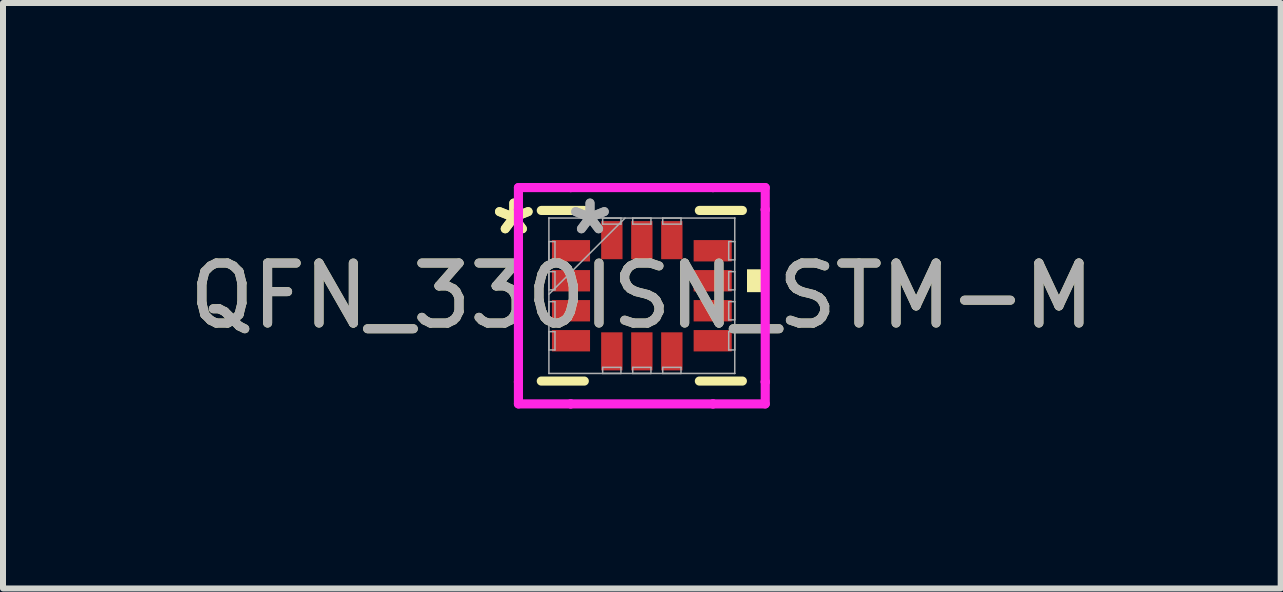
<source format=kicad_pcb>
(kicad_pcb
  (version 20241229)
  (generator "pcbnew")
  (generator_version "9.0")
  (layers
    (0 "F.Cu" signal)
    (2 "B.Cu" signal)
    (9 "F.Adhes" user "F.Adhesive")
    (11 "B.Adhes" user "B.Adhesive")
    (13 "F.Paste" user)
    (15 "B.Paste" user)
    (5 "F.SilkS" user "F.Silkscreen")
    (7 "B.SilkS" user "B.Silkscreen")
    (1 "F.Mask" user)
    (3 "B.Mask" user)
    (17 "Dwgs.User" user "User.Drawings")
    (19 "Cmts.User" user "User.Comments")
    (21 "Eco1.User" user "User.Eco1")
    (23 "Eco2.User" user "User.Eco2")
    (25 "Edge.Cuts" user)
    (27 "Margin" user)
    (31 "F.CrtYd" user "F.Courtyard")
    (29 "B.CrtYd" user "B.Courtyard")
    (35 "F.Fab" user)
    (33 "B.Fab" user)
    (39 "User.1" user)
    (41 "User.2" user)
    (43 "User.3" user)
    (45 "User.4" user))
  (footprint "QFN_330ISN_STM-M"
    (layer "F.Cu")
    (at 7.649 1.88)
    (property "Reference" "QFN_330ISN_STM-M" (at 0 0 0) (unlocked yes) (layer "F.SilkS") (effects (font (size 1 1) (thickness 0.15))))
    (attr smd)
    (fp_line (start -1.676 1.422) (end -0.959 1.422) (stroke (width 0.152) (type solid)) (layer "F.SilkS"))
    (fp_line (start -0.959 -1.422) (end -1.676 -1.422) (stroke (width 0.152) (type solid)) (layer "F.SilkS"))
    (fp_line (start 0.959 1.422) (end 1.676 1.422) (stroke (width 0.152) (type solid)) (layer "F.SilkS"))
    (fp_line (start 1.676 -1.422) (end 0.959 -1.422) (stroke (width 0.152) (type solid)) (layer "F.SilkS"))
    (fp_poly (pts (xy 2.007 -0.441) (xy 2.007 -0.06) (xy 1.753 -0.06) (xy 1.753 -0.441)) (stroke (width 0) (type solid)) (fill yes) (layer "F.SilkS"))
    (fp_line (start -2.057 -1.803) (end -1.186 -1.803) (stroke (width 0.152) (type solid)) (layer "F.CrtYd"))
    (fp_line (start -2.057 -1.436) (end -2.057 -1.803) (stroke (width 0.152) (type solid)) (layer "F.CrtYd"))
    (fp_line (start -2.057 -1.436) (end -2.057 -1.436) (stroke (width 0.152) (type solid)) (layer "F.CrtYd"))
    (fp_line (start -2.057 1.436) (end -2.057 -1.436) (stroke (width 0.152) (type solid)) (layer "F.CrtYd"))
    (fp_line (start -2.057 1.436) (end -2.057 1.436) (stroke (width 0.152) (type solid)) (layer "F.CrtYd"))
    (fp_line (start -2.057 1.803) (end -2.057 1.436) (stroke (width 0.152) (type solid)) (layer "F.CrtYd"))
    (fp_line (start -1.186 -1.803) (end -1.186 -1.803) (stroke (width 0.152) (type solid)) (layer "F.CrtYd"))
    (fp_line (start -1.186 -1.803) (end 1.186 -1.803) (stroke (width 0.152) (type solid)) (layer "F.CrtYd"))
    (fp_line (start -1.186 1.803) (end -2.057 1.803) (stroke (width 0.152) (type solid)) (layer "F.CrtYd"))
    (fp_line (start -1.186 1.803) (end -1.186 1.803) (stroke (width 0.152) (type solid)) (layer "F.CrtYd"))
    (fp_line (start 1.186 -1.803) (end 1.186 -1.803) (stroke (width 0.152) (type solid)) (layer "F.CrtYd"))
    (fp_line (start 1.186 -1.803) (end 2.057 -1.803) (stroke (width 0.152) (type solid)) (layer "F.CrtYd"))
    (fp_line (start 1.186 1.803) (end -1.186 1.803) (stroke (width 0.152) (type solid)) (layer "F.CrtYd"))
    (fp_line (start 1.186 1.803) (end 1.186 1.803) (stroke (width 0.152) (type solid)) (layer "F.CrtYd"))
    (fp_line (start 2.057 -1.803) (end 2.057 -1.436) (stroke (width 0.152) (type solid)) (layer "F.CrtYd"))
    (fp_line (start 2.057 -1.436) (end 2.057 -1.436) (stroke (width 0.152) (type solid)) (layer "F.CrtYd"))
    (fp_line (start 2.057 -1.436) (end 2.057 1.436) (stroke (width 0.152) (type solid)) (layer "F.CrtYd"))
    (fp_line (start 2.057 1.436) (end 2.057 1.436) (stroke (width 0.152) (type solid)) (layer "F.CrtYd"))
    (fp_line (start 2.057 1.436) (end 2.057 1.803) (stroke (width 0.152) (type solid)) (layer "F.CrtYd"))
    (fp_line (start 2.057 1.803) (end 1.186 1.803) (stroke (width 0.152) (type solid)) (layer "F.CrtYd"))
    (fp_line (start -1.549 -1.295) (end -1.549 -1.295) (stroke (width 0.025) (type solid)) (layer "F.Fab"))
    (fp_line (start -1.549 -1.295) (end -1.549 1.295) (stroke (width 0.025) (type solid)) (layer "F.Fab"))
    (fp_line (start -1.549 -0.903) (end -1.448 -0.903) (stroke (width 0.025) (type solid)) (layer "F.Fab"))
    (fp_line (start -1.549 -0.598) (end -1.549 -0.903) (stroke (width 0.025) (type solid)) (layer "F.Fab"))
    (fp_line (start -1.549 -0.402) (end -1.448 -0.402) (stroke (width 0.025) (type solid)) (layer "F.Fab"))
    (fp_line (start -1.549 -0.098) (end -1.549 -0.402) (stroke (width 0.025) (type solid)) (layer "F.Fab"))
    (fp_line (start -1.549 -0.025) (end -0.279 -1.295) (stroke (width 0.025) (type solid)) (layer "F.Fab"))
    (fp_line (start -1.549 0.098) (end -1.448 0.098) (stroke (width 0.025) (type solid)) (layer "F.Fab"))
    (fp_line (start -1.549 0.402) (end -1.549 0.098) (stroke (width 0.025) (type solid)) (layer "F.Fab"))
    (fp_line (start -1.549 0.598) (end -1.448 0.598) (stroke (width 0.025) (type solid)) (layer "F.Fab"))
    (fp_line (start -1.549 0.903) (end -1.549 0.598) (stroke (width 0.025) (type solid)) (layer "F.Fab"))
    (fp_line (start -1.549 1.295) (end -1.549 1.295) (stroke (width 0.025) (type solid)) (layer "F.Fab"))
    (fp_line (start -1.549 1.295) (end 1.549 1.295) (stroke (width 0.025) (type solid)) (layer "F.Fab"))
    (fp_line (start -1.448 -0.903) (end -1.448 -0.598) (stroke (width 0.025) (type solid)) (layer "F.Fab"))
    (fp_line (start -1.448 -0.598) (end -1.549 -0.598) (stroke (width 0.025) (type solid)) (layer "F.Fab"))
    (fp_line (start -1.448 -0.402) (end -1.448 -0.098) (stroke (width 0.025) (type solid)) (layer "F.Fab"))
    (fp_line (start -1.448 -0.098) (end -1.549 -0.098) (stroke (width 0.025) (type solid)) (layer "F.Fab"))
    (fp_line (start -1.448 0.098) (end -1.448 0.402) (stroke (width 0.025) (type solid)) (layer "F.Fab"))
    (fp_line (start -1.448 0.402) (end -1.549 0.402) (stroke (width 0.025) (type solid)) (layer "F.Fab"))
    (fp_line (start -1.448 0.598) (end -1.448 0.903) (stroke (width 0.025) (type solid)) (layer "F.Fab"))
    (fp_line (start -1.448 0.903) (end -1.549 0.903) (stroke (width 0.025) (type solid)) (layer "F.Fab"))
    (fp_line (start -0.653 -1.295) (end -0.348 -1.295) (stroke (width 0.025) (type solid)) (layer "F.Fab"))
    (fp_line (start -0.653 -1.194) (end -0.653 -1.295) (stroke (width 0.025) (type solid)) (layer "F.Fab"))
    (fp_line (start -0.653 1.194) (end -0.348 1.194) (stroke (width 0.025) (type solid)) (layer "F.Fab"))
    (fp_line (start -0.653 1.295) (end -0.653 1.194) (stroke (width 0.025) (type solid)) (layer "F.Fab"))
    (fp_line (start -0.348 -1.295) (end -0.348 -1.194) (stroke (width 0.025) (type solid)) (layer "F.Fab"))
    (fp_line (start -0.348 -1.194) (end -0.653 -1.194) (stroke (width 0.025) (type solid)) (layer "F.Fab"))
    (fp_line (start -0.348 1.194) (end -0.348 1.295) (stroke (width 0.025) (type solid)) (layer "F.Fab"))
    (fp_line (start -0.348 1.295) (end -0.653 1.295) (stroke (width 0.025) (type solid)) (layer "F.Fab"))
    (fp_line (start -0.152 -1.295) (end 0.152 -1.295) (stroke (width 0.025) (type solid)) (layer "F.Fab"))
    (fp_line (start -0.152 -1.194) (end -0.152 -1.295) (stroke (width 0.025) (type solid)) (layer "F.Fab"))
    (fp_line (start -0.152 1.194) (end 0.152 1.194) (stroke (width 0.025) (type solid)) (layer "F.Fab"))
    (fp_line (start -0.152 1.295) (end -0.152 1.194) (stroke (width 0.025) (type solid)) (layer "F.Fab"))
    (fp_line (start 0.152 -1.295) (end 0.152 -1.194) (stroke (width 0.025) (type solid)) (layer "F.Fab"))
    (fp_line (start 0.152 -1.194) (end -0.152 -1.194) (stroke (width 0.025) (type solid)) (layer "F.Fab"))
    (fp_line (start 0.152 1.194) (end 0.152 1.295) (stroke (width 0.025) (type solid)) (layer "F.Fab"))
    (fp_line (start 0.152 1.295) (end -0.152 1.295) (stroke (width 0.025) (type solid)) (layer "F.Fab"))
    (fp_line (start 0.348 -1.295) (end 0.653 -1.295) (stroke (width 0.025) (type solid)) (layer "F.Fab"))
    (fp_line (start 0.348 -1.194) (end 0.348 -1.295) (stroke (width 0.025) (type solid)) (layer "F.Fab"))
    (fp_line (start 0.348 1.194) (end 0.653 1.194) (stroke (width 0.025) (type solid)) (layer "F.Fab"))
    (fp_line (start 0.348 1.295) (end 0.348 1.194) (stroke (width 0.025) (type solid)) (layer "F.Fab"))
    (fp_line (start 0.653 -1.295) (end 0.653 -1.194) (stroke (width 0.025) (type solid)) (layer "F.Fab"))
    (fp_line (start 0.653 -1.194) (end 0.348 -1.194) (stroke (width 0.025) (type solid)) (layer "F.Fab"))
    (fp_line (start 0.653 1.194) (end 0.653 1.295) (stroke (width 0.025) (type solid)) (layer "F.Fab"))
    (fp_line (start 0.653 1.295) (end 0.348 1.295) (stroke (width 0.025) (type solid)) (layer "F.Fab"))
    (fp_line (start 1.448 -0.903) (end 1.549 -0.903) (stroke (width 0.025) (type solid)) (layer "F.Fab"))
    (fp_line (start 1.448 -0.598) (end 1.448 -0.903) (stroke (width 0.025) (type solid)) (layer "F.Fab"))
    (fp_line (start 1.448 -0.402) (end 1.549 -0.402) (stroke (width 0.025) (type solid)) (layer "F.Fab"))
    (fp_line (start 1.448 -0.098) (end 1.448 -0.402) (stroke (width 0.025) (type solid)) (layer "F.Fab"))
    (fp_line (start 1.448 0.098) (end 1.549 0.098) (stroke (width 0.025) (type solid)) (layer "F.Fab"))
    (fp_line (start 1.448 0.402) (end 1.448 0.098) (stroke (width 0.025) (type solid)) (layer "F.Fab"))
    (fp_line (start 1.448 0.598) (end 1.549 0.598) (stroke (width 0.025) (type solid)) (layer "F.Fab"))
    (fp_line (start 1.448 0.903) (end 1.448 0.598) (stroke (width 0.025) (type solid)) (layer "F.Fab"))
    (fp_line (start 1.549 -1.295) (end -1.549 -1.295) (stroke (width 0.025) (type solid)) (layer "F.Fab"))
    (fp_line (start 1.549 -1.295) (end 1.549 -1.295) (stroke (width 0.025) (type solid)) (layer "F.Fab"))
    (fp_line (start 1.549 -0.903) (end 1.549 -0.598) (stroke (width 0.025) (type solid)) (layer "F.Fab"))
    (fp_line (start 1.549 -0.598) (end 1.448 -0.598) (stroke (width 0.025) (type solid)) (layer "F.Fab"))
    (fp_line (start 1.549 -0.402) (end 1.549 -0.098) (stroke (width 0.025) (type solid)) (layer "F.Fab"))
    (fp_line (start 1.549 -0.098) (end 1.448 -0.098) (stroke (width 0.025) (type solid)) (layer "F.Fab"))
    (fp_line (start 1.549 0.098) (end 1.549 0.402) (stroke (width 0.025) (type solid)) (layer "F.Fab"))
    (fp_line (start 1.549 0.402) (end 1.448 0.402) (stroke (width 0.025) (type solid)) (layer "F.Fab"))
    (fp_line (start 1.549 0.598) (end 1.549 0.903) (stroke (width 0.025) (type solid)) (layer "F.Fab"))
    (fp_line (start 1.549 0.903) (end 1.448 0.903) (stroke (width 0.025) (type solid)) (layer "F.Fab"))
    (fp_line (start 1.549 1.295) (end 1.549 -1.295) (stroke (width 0.025) (type solid)) (layer "F.Fab"))
    (fp_line (start 1.549 1.295) (end 1.549 1.295) (stroke (width 0.025) (type solid)) (layer "F.Fab"))
    (fp_text user "*" (at -2.134 -1 0) (unlocked yes) (layer "F.SilkS") (effects (font (size 1 1) (thickness 0.15))))
    (fp_text user "*" (at -2.134 -1 0) (layer "F.SilkS") (effects (font (size 1 1) (thickness 0.15))))
    (fp_text user "${REFERENCE}" (at 0 0 0) (unlocked yes) (layer "F.Fab") (effects (font (size 1 1) (thickness 0.15))))
    (fp_text user "*" (at -0.864 -1 0) (unlocked yes) (layer "F.Fab") (effects (font (size 1 1) (thickness 0.15))))
    (fp_text user "*" (at -0.864 -1 0) (layer "F.Fab") (effects (font (size 1 1) (thickness 0.15))))
    (pad "1" smd rect (at -1.181 -0.75 90) (size 0.356 0.635) (layers "F.Cu" "F.Mask" "F.Paste"))
    (pad "2" smd rect (at -1.181 -0.25 90) (size 0.356 0.635) (layers "F.Cu" "F.Mask" "F.Paste"))
    (pad "3" smd rect (at -1.181 0.25 90) (size 0.356 0.635) (layers "F.Cu" "F.Mask" "F.Paste"))
    (pad "4" smd rect (at -1.181 0.75 90) (size 0.356 0.635) (layers "F.Cu" "F.Mask" "F.Paste"))
    (pad "5" smd rect (at -0.5 0.927) (size 0.356 0.635) (layers "F.Cu" "F.Mask" "F.Paste"))
    (pad "6" smd rect (at 0 0.927) (size 0.356 0.635) (layers "F.Cu" "F.Mask" "F.Paste"))
    (pad "7" smd rect (at 0.5 0.927) (size 0.356 0.635) (layers "F.Cu" "F.Mask" "F.Paste"))
    (pad "8" smd rect (at 1.181 0.75 90) (size 0.356 0.635) (layers "F.Cu" "F.Mask" "F.Paste"))
    (pad "9" smd rect (at 1.181 0.25 90) (size 0.356 0.635) (layers "F.Cu" "F.Mask" "F.Paste"))
    (pad "10" smd rect (at 1.181 -0.25 90) (size 0.356 0.635) (layers "F.Cu" "F.Mask" "F.Paste"))
    (pad "11" smd rect (at 1.181 -0.75 90) (size 0.356 0.635) (layers "F.Cu" "F.Mask" "F.Paste"))
    (pad "12" smd rect (at 0.5 -0.927) (size 0.356 0.635) (layers "F.Cu" "F.Mask" "F.Paste"))
    (pad "13" smd rect (at 0 -0.927) (size 0.356 0.635) (layers "F.Cu" "F.Mask" "F.Paste"))
    (pad "14" smd rect (at -0.5 -0.927) (size 0.356 0.635) (layers "F.Cu" "F.Mask" "F.Paste")))
  (gr_rect
    (start -3 -3)
    (end 18.298 6.759)
    (stroke (width 0.1) (type default))
    (fill no)
    (layer "Edge.Cuts")))
</source>
